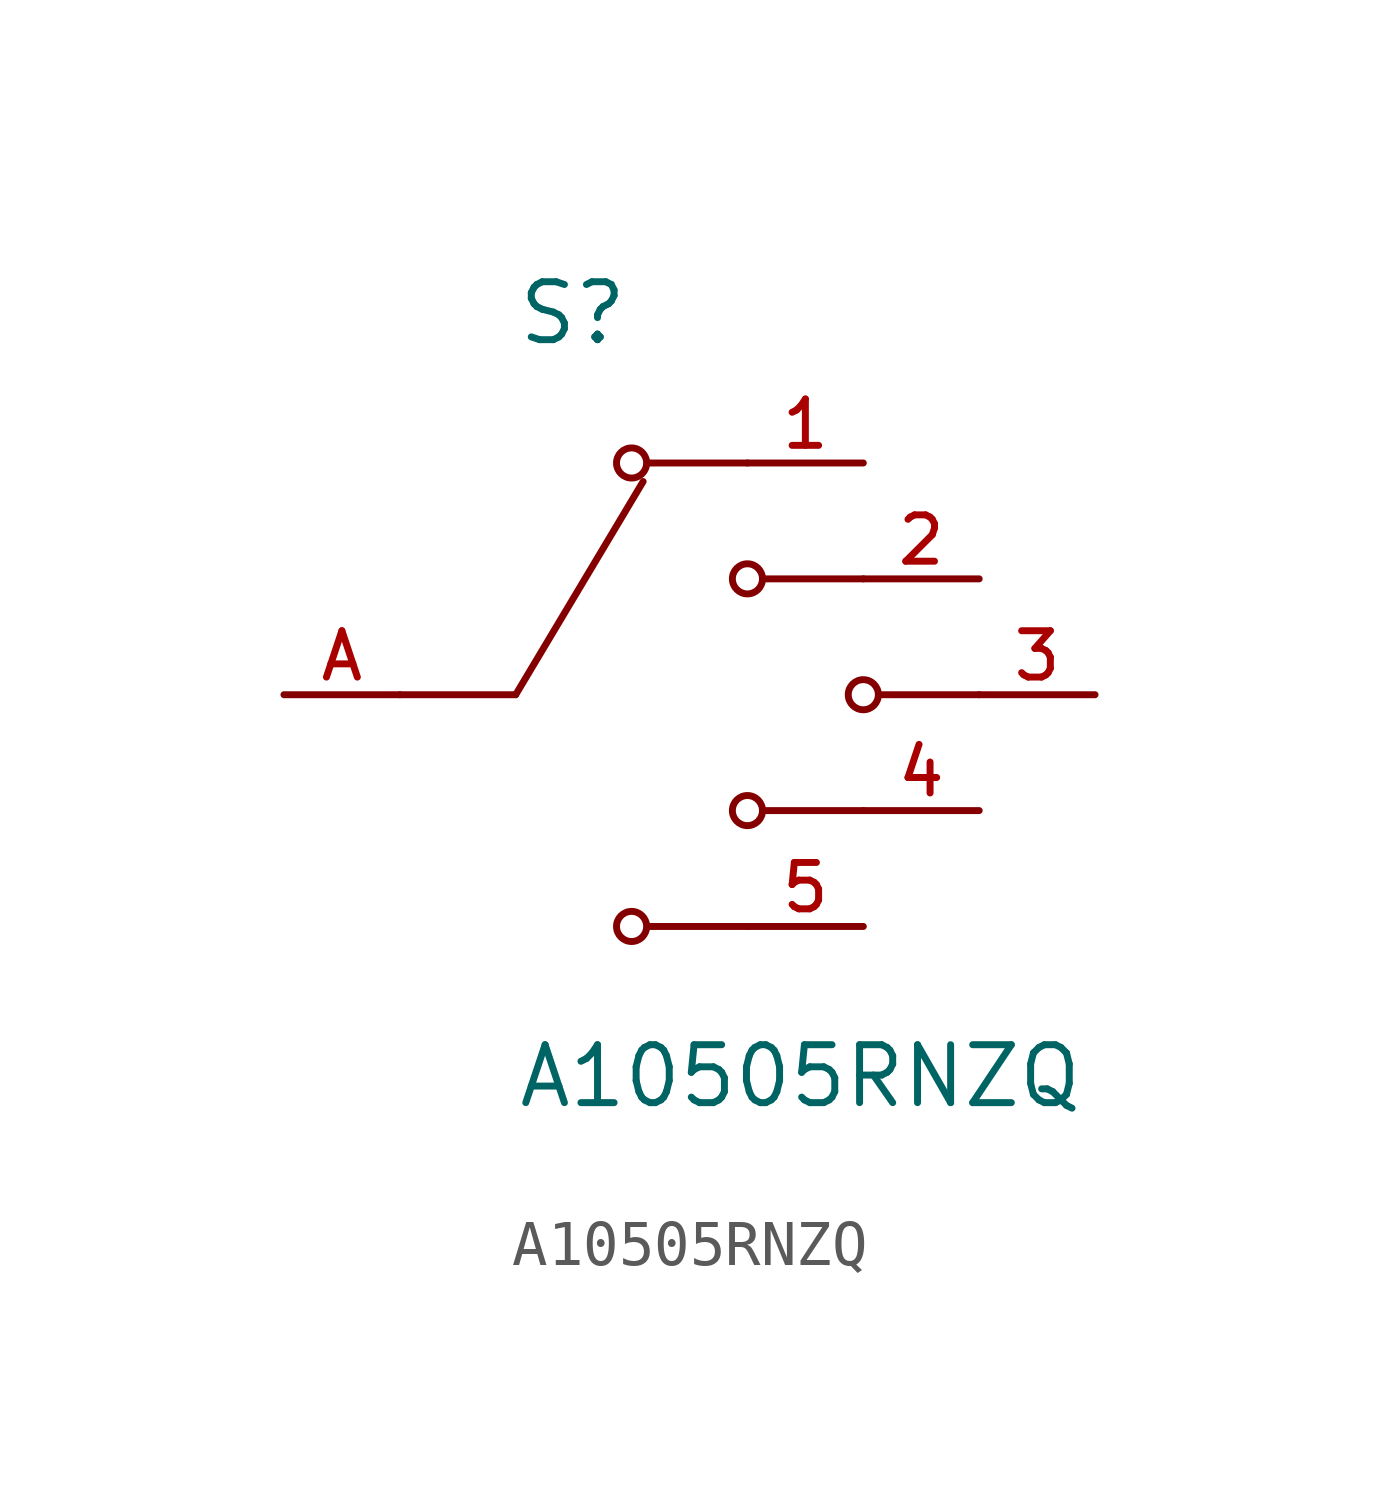
<source format=kicad_sym>
(kicad_symbol_lib
  (version 20211014)
  (generator kicad_symbol_editor)
  (symbol "A10505RNZQ"
    (pin_names
      (offset 1.016))
    (property "Reference" "S"
      (at -5.08 7.62 0)
      (effects (font (size 1.27 1.27)) (justify bottom left)))
    (property "Value" "A10505RNZQ"
      (at -5.08 -7.62 0)
      (effects (font (size 1.27 1.27)) (justify top left)))
    (symbol "A10505RNZQ_0_0"
      (polyline (pts (xy -5.08 0.0) (xy -2.286 4.674)) (stroke (width 0.152)))
      (circle (center 0.0 2.54) (radius 0.33) (stroke (width 0.152)) (fill (type none)))
      (circle (center 2.54 0.0) (radius 0.33) (stroke (width 0.152)) (fill (type none)))
      (polyline (pts (xy 5.08 0.0) (xy 2.921 0.0)) (stroke (width 0.152)))
      (polyline (pts (xy 2.54 2.54) (xy 0.381 2.54)) (stroke (width 0.152)))
      (polyline (pts (xy -5.08 0.0) (xy -7.62 0.0)) (stroke (width 0.152)))
      (circle (center 0.0 -2.54) (radius 0.33) (stroke (width 0.152)) (fill (type none)))
      (polyline (pts (xy 2.54 -2.54) (xy 0.381 -2.54)) (stroke (width 0.152)))
      (circle (center -2.54 5.08) (radius 0.33) (stroke (width 0.152)) (fill (type none)))
      (polyline (pts (xy 0.0 5.08) (xy -2.159 5.08)) (stroke (width 0.152)))
      (circle (center -2.54 -5.08) (radius 0.33) (stroke (width 0.152)) (fill (type none)))
      (polyline (pts (xy 0.0 -5.08) (xy -2.159 -5.08)) (stroke (width 0.152)))
      (pin passive line (at 5.08 2.54 180.0) (length 2.54) (name "~" (effects (font (size 1.016 1.016)))) (number "2" (effects (font (size 1.016 1.016)))))
      (pin passive line (at -10.16 0.0 0) (length 2.54) (name "~" (effects (font (size 1.016 1.016)))) (number "A" (effects (font (size 1.016 1.016)))))
      (pin passive line (at 7.62 0.0 180.0) (length 2.54) (name "~" (effects (font (size 1.016 1.016)))) (number "3" (effects (font (size 1.016 1.016)))))
      (pin passive line (at 5.08 -2.54 180.0) (length 2.54) (name "~" (effects (font (size 1.016 1.016)))) (number "4" (effects (font (size 1.016 1.016)))))
      (pin passive line (at 2.54 5.08 180.0) (length 2.54) (name "~" (effects (font (size 1.016 1.016)))) (number "1" (effects (font (size 1.016 1.016)))))
      (pin passive line (at 2.54 -5.08 180.0) (length 2.54) (name "~" (effects (font (size 1.016 1.016)))) (number "5" (effects (font (size 1.016 1.016))))))))
</source>
